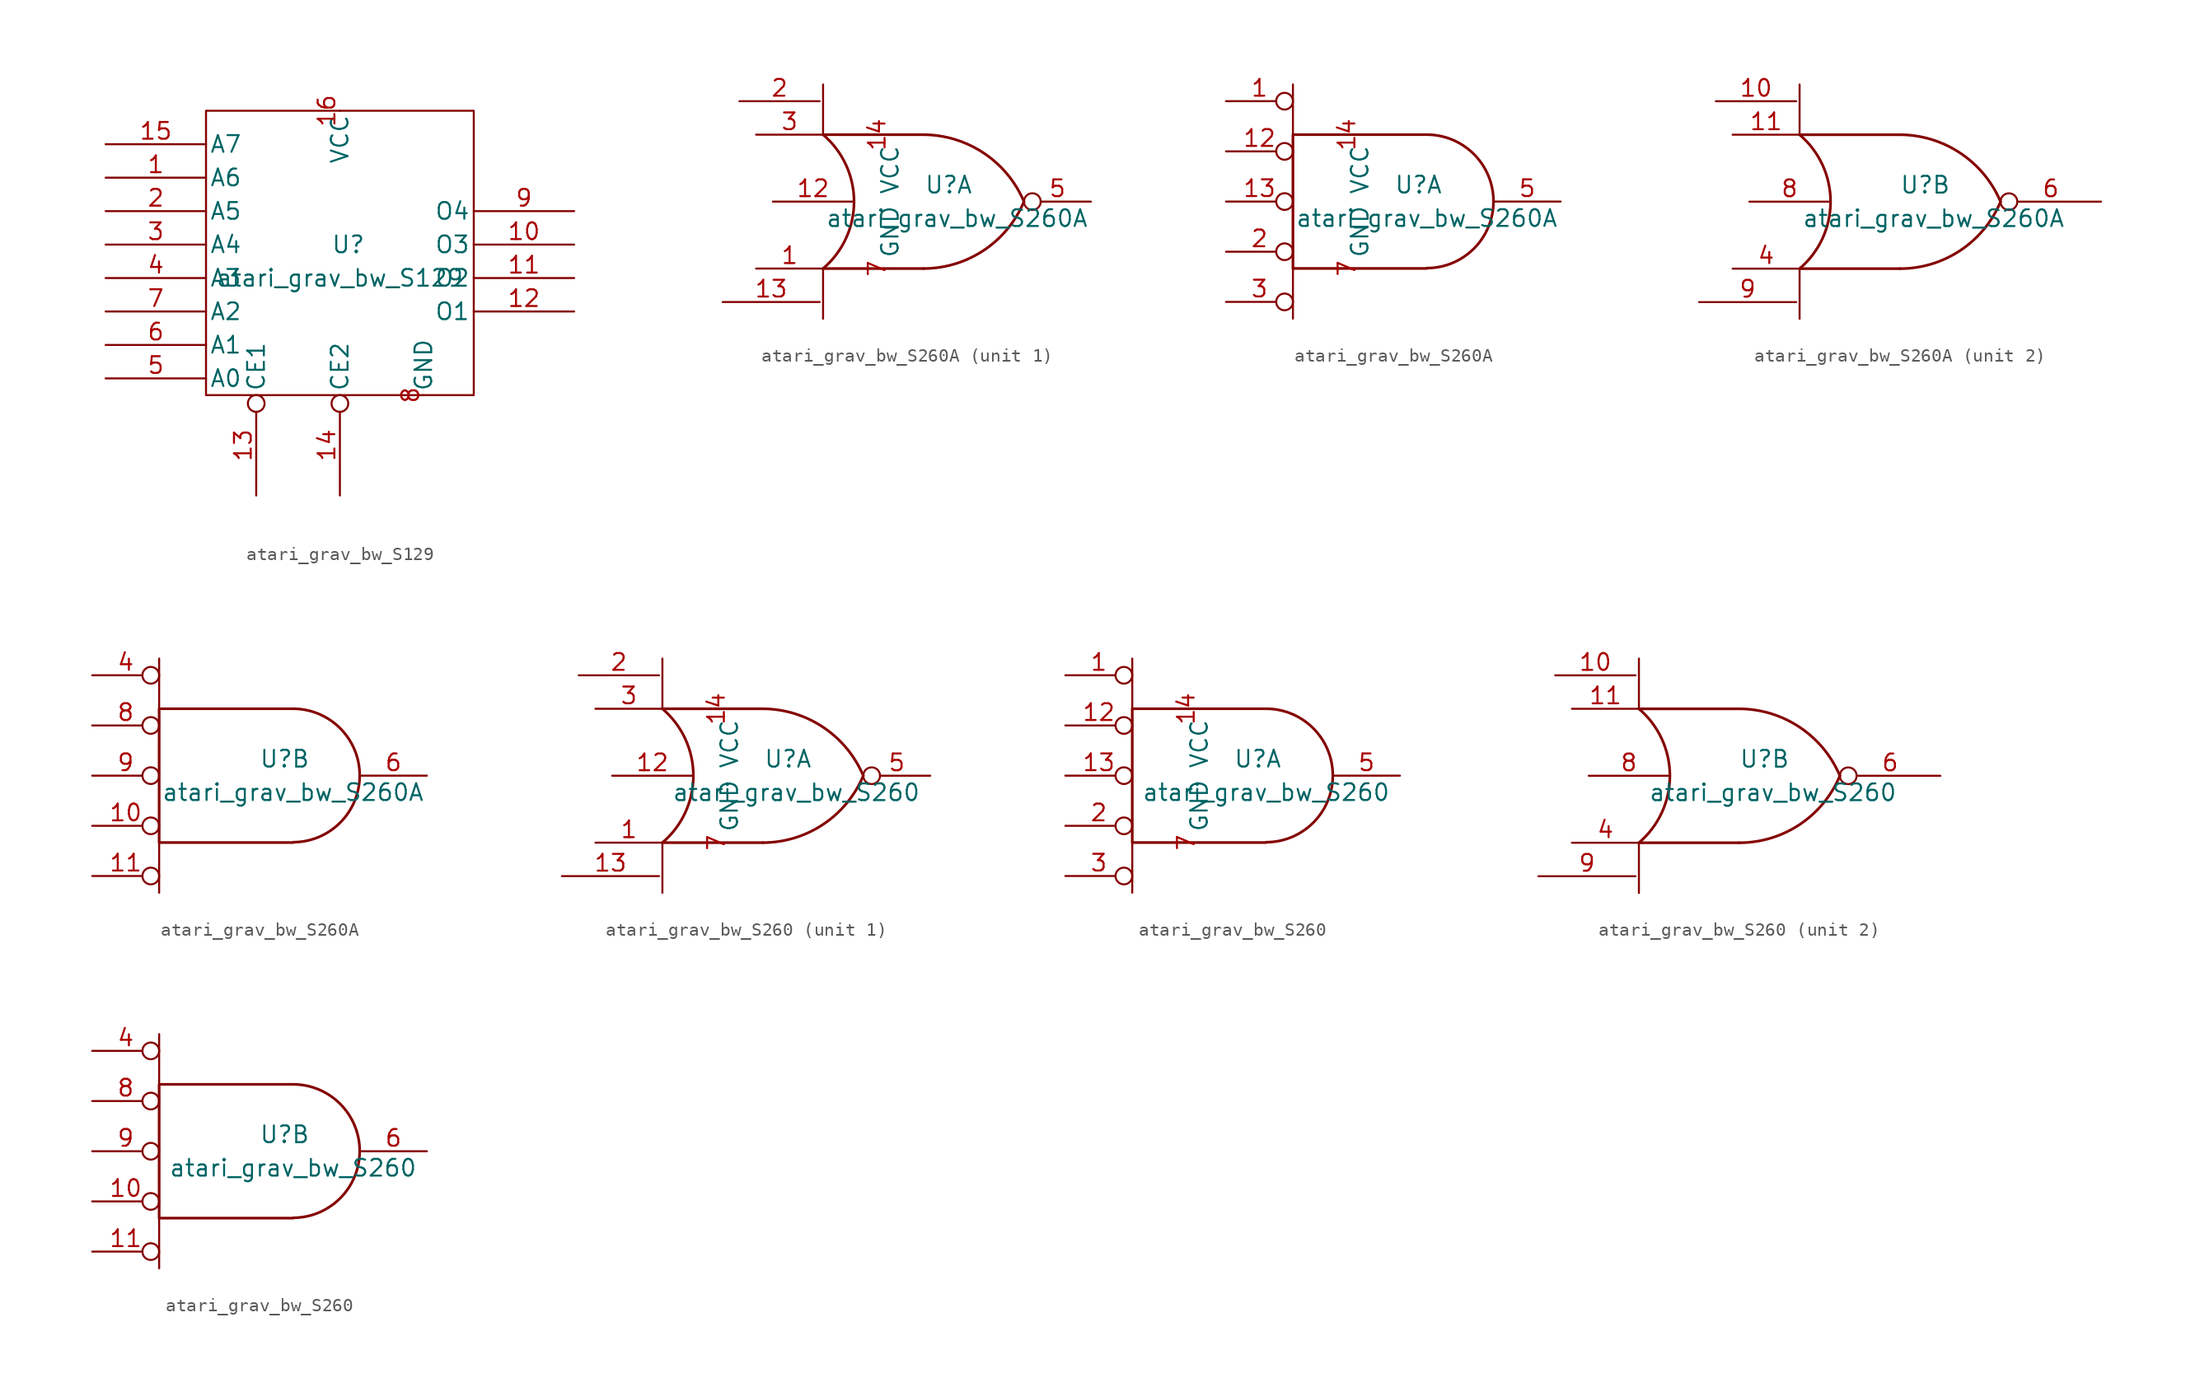
<source format=kicad_sym>
(kicad_symbol_lib
  (version 20211014)
  (generator kicad_symbol_editor)
  (symbol "atari_grav_bw_S129"
    (pin_names
      (offset 0.254))
    (property "Reference" "U"
      (at 0.635 1.27 0)
      (effects (font (size 1.27 1.27))))
    (property "Value" "atari_grav_bw_S129"
      (at 0 -1.27 0)
      (effects (font (size 1.27 1.27))))
    (symbol "atari_grav_bw_S129_0_0"
      (pin power_in line (at 6.35 -10.16 90) (length 0) (name "GND" (effects (font (size 1.27 1.27)))) (number "8" (effects (font (size 1.27 1.27))))))
    (symbol "atari_grav_bw_S129_0_1"
      (rectangle (start -10.16 11.43) (end 10.16 -10.16) (stroke (width 0) (type default) (color 0 0 0 0)) (fill (type none))))
    (symbol "atari_grav_bw_S129_1_0"
      (pin power_in line (at 0 11.43 270) (length 0) (name "VCC" (effects (font (size 1.27 1.27)))) (number "16" (effects (font (size 1.27 1.27))))))
    (symbol "atari_grav_bw_S129_1_1"
      (pin input line (at -17.78 6.35 0) (length 7.62) (name "A6" (effects (font (size 1.27 1.27)))) (number "1" (effects (font (size 1.27 1.27)))))
      (pin output line (at 17.78 1.27 180) (length 7.62) (name "O3" (effects (font (size 1.27 1.27)))) (number "10" (effects (font (size 1.27 1.27)))))
      (pin output line (at 17.78 -1.27 180) (length 7.62) (name "O2" (effects (font (size 1.27 1.27)))) (number "11" (effects (font (size 1.27 1.27)))))
      (pin output line (at 17.78 -3.81 180) (length 7.62) (name "O1" (effects (font (size 1.27 1.27)))) (number "12" (effects (font (size 1.27 1.27)))))
      (pin input inverted (at -6.35 -17.78 90) (length 7.62) (name "CE1" (effects (font (size 1.27 1.27)))) (number "13" (effects (font (size 1.27 1.27)))))
      (pin input inverted (at 0 -17.78 90) (length 7.62) (name "CE2" (effects (font (size 1.27 1.27)))) (number "14" (effects (font (size 1.27 1.27)))))
      (pin input line (at -17.78 8.89 0) (length 7.62) (name "A7" (effects (font (size 1.27 1.27)))) (number "15" (effects (font (size 1.27 1.27)))))
      (pin input line (at -17.78 3.81 0) (length 7.62) (name "A5" (effects (font (size 1.27 1.27)))) (number "2" (effects (font (size 1.27 1.27)))))
      (pin input line (at -17.78 1.27 0) (length 7.62) (name "A4" (effects (font (size 1.27 1.27)))) (number "3" (effects (font (size 1.27 1.27)))))
      (pin input line (at -17.78 -1.27 0) (length 7.62) (name "A3" (effects (font (size 1.27 1.27)))) (number "4" (effects (font (size 1.27 1.27)))))
      (pin input line (at -17.78 -8.89 0) (length 7.62) (name "A0" (effects (font (size 1.27 1.27)))) (number "5" (effects (font (size 1.27 1.27)))))
      (pin input line (at -17.78 -6.35 0) (length 7.62) (name "A1" (effects (font (size 1.27 1.27)))) (number "6" (effects (font (size 1.27 1.27)))))
      (pin input line (at -17.78 -3.81 0) (length 7.62) (name "A2" (effects (font (size 1.27 1.27)))) (number "7" (effects (font (size 1.27 1.27)))))
      (pin output line (at 17.78 3.81 180) (length 7.62) (name "O4" (effects (font (size 1.27 1.27)))) (number "9" (effects (font (size 1.27 1.27)))))))
  (symbol "atari_grav_bw_S260A"
    (pin_names
      (offset 0.762))
    (property "Reference" "U"
      (at 1.905 1.27 0)
      (effects (font (size 1.27 1.27))))
    (property "Value" "atari_grav_bw_S260A"
      (at 2.54 -1.27 0)
      (effects (font (size 1.27 1.27))))
    (symbol "atari_grav_bw_S260A_0_1"
      (arc (start -7.62 -5.08) (mid -5.2708 0) (end -7.62 5.08) (stroke (width 0.2032) (type default) (color 0 0 0 0)) (fill (type none)))
      (arc (start 0 -5.08) (mid 4.5812 -3.6906) (end 7.62 0) (stroke (width 0.2032) (type default) (color 0 0 0 0)) (fill (type none)))
      (polyline (pts (xy -7.62 -5.08) (xy -7.62 -8.89)) (stroke (width 0) (type default) (color 0 0 0 0)) (fill (type none)))
      (polyline (pts (xy -7.62 -5.08) (xy 0 -5.08)) (stroke (width 0.203) (type default) (color 0 0 0 0)) (fill (type none)))
      (polyline (pts (xy -7.62 5.08) (xy -7.62 8.89)) (stroke (width 0) (type default) (color 0 0 0 0)) (fill (type none)))
      (polyline (pts (xy -7.62 5.08) (xy 0 5.08)) (stroke (width 0.203) (type default) (color 0 0 0 0)) (fill (type none)))
      (arc (start 7.62 0) (mid 4.5727 3.6819) (end 0 5.08) (stroke (width 0.2032) (type default) (color 0 0 0 0)) (fill (type none))))
    (symbol "atari_grav_bw_S260A_0_2"
      (polyline (pts (xy -7.62 -5.08) (xy -7.62 -8.89)) (stroke (width 0) (type default) (color 0 0 0 0)) (fill (type none)))
      (polyline (pts (xy -7.62 5.08) (xy -7.62 8.89)) (stroke (width 0) (type default) (color 0 0 0 0)) (fill (type none)))
      (polyline (pts (xy 2.54 5.08) (xy -7.62 5.08) (xy -7.62 -5.08) (xy 2.54 -5.08)) (stroke (width 0.203) (type default) (color 0 0 0 0)) (fill (type none)))
      (arc (start 2.5654 -5.0546) (mid 7.5947 0.0001) (end 2.5654 5.08) (stroke (width 0.2032) (type default) (color 0 0 0 0)) (fill (type none))))
    (symbol "atari_grav_bw_S260A_1_0"
      (pin power_in line (at -2.54 5.08 270) (length 0) (name "VCC" (effects (font (size 1.27 1.27)))) (number "14" (effects (font (size 1.27 1.27)))))
      (pin power_in line (at -2.54 -5.08 90) (length 0) (name "GND" (effects (font (size 1.27 1.27)))) (number "7" (effects (font (size 1.27 1.27))))))
    (symbol "atari_grav_bw_S260A_1_1"
      (pin input line (at -12.7 -5.08 0) (length 5.08) (name "~" (effects (font (size 1.27 1.27)))) (number "1" (effects (font (size 1.27 1.27)))))
      (pin input line (at -11.43 0 0) (length 6.096) (name "~" (effects (font (size 1.27 1.27)))) (number "12" (effects (font (size 1.27 1.27)))))
      (pin input line (at -15.24 -7.62 0) (length 7.366) (name "~" (effects (font (size 1.27 1.27)))) (number "13" (effects (font (size 1.27 1.27)))))
      (pin input line (at -13.97 7.62 0) (length 6.096) (name "~" (effects (font (size 1.27 1.27)))) (number "2" (effects (font (size 1.27 1.27)))))
      (pin input line (at -12.7 5.08 0) (length 5.08) (name "~" (effects (font (size 1.27 1.27)))) (number "3" (effects (font (size 1.27 1.27)))))
      (pin output inverted (at 12.7 0 180) (length 5.08) (name "~" (effects (font (size 1.27 1.27)))) (number "5" (effects (font (size 1.27 1.27))))))
    (symbol "atari_grav_bw_S260A_1_2"
      (pin input inverted (at -12.7 7.62 0) (length 5.08) (name "~" (effects (font (size 1.27 1.27)))) (number "1" (effects (font (size 1.27 1.27)))))
      (pin input inverted (at -12.7 3.81 0) (length 5.08) (name "~" (effects (font (size 1.27 1.27)))) (number "12" (effects (font (size 1.27 1.27)))))
      (pin input inverted (at -12.7 0 0) (length 5.08) (name "~" (effects (font (size 1.27 1.27)))) (number "13" (effects (font (size 1.27 1.27)))))
      (pin input inverted (at -12.7 -3.81 0) (length 5.08) (name "~" (effects (font (size 1.27 1.27)))) (number "2" (effects (font (size 1.27 1.27)))))
      (pin input inverted (at -12.7 -7.62 0) (length 5.08) (name "~" (effects (font (size 1.27 1.27)))) (number "3" (effects (font (size 1.27 1.27)))))
      (pin output line (at 12.7 0 180) (length 5.08) (name "~" (effects (font (size 1.27 1.27)))) (number "5" (effects (font (size 1.27 1.27))))))
    (symbol "atari_grav_bw_S260A_2_1"
      (pin input line (at -13.97 7.62 0) (length 6.096) (name "~" (effects (font (size 1.27 1.27)))) (number "10" (effects (font (size 1.27 1.27)))))
      (pin input line (at -12.7 5.08 0) (length 5.08) (name "~" (effects (font (size 1.27 1.27)))) (number "11" (effects (font (size 1.27 1.27)))))
      (pin input line (at -12.7 -5.08 0) (length 5.08) (name "~" (effects (font (size 1.27 1.27)))) (number "4" (effects (font (size 1.27 1.27)))))
      (pin output inverted (at 15.24 0 180) (length 7.62) (name "~" (effects (font (size 1.27 1.27)))) (number "6" (effects (font (size 1.27 1.27)))))
      (pin input line (at -11.43 0 0) (length 6.096) (name "~" (effects (font (size 1.27 1.27)))) (number "8" (effects (font (size 1.27 1.27)))))
      (pin input line (at -15.24 -7.62 0) (length 7.366) (name "~" (effects (font (size 1.27 1.27)))) (number "9" (effects (font (size 1.27 1.27))))))
    (symbol "atari_grav_bw_S260A_2_2"
      (pin input inverted (at -12.7 -3.81 0) (length 5.08) (name "~" (effects (font (size 1.27 1.27)))) (number "10" (effects (font (size 1.27 1.27)))))
      (pin input inverted (at -12.7 -7.62 0) (length 5.08) (name "~" (effects (font (size 1.27 1.27)))) (number "11" (effects (font (size 1.27 1.27)))))
      (pin input inverted (at -12.7 7.62 0) (length 5.08) (name "~" (effects (font (size 1.27 1.27)))) (number "4" (effects (font (size 1.27 1.27)))))
      (pin output line (at 12.7 0 180) (length 5.08) (name "~" (effects (font (size 1.27 1.27)))) (number "6" (effects (font (size 1.27 1.27)))))
      (pin input inverted (at -12.7 3.81 0) (length 5.08) (name "~" (effects (font (size 1.27 1.27)))) (number "8" (effects (font (size 1.27 1.27)))))
      (pin input inverted (at -12.7 0 0) (length 5.08) (name "~" (effects (font (size 1.27 1.27)))) (number "9" (effects (font (size 1.27 1.27)))))))
  (symbol "atari_grav_bw_S260"
    (pin_names
      (offset 0.762))
    (property "Reference" "U"
      (at 1.905 1.27 0)
      (effects (font (size 1.27 1.27))))
    (property "Value" "atari_grav_bw_S260"
      (at 2.54 -1.27 0)
      (effects (font (size 1.27 1.27))))
    (symbol "atari_grav_bw_S260_0_1"
      (arc (start -7.62 -5.08) (mid -5.2708 0) (end -7.62 5.08) (stroke (width 0.2032) (type default) (color 0 0 0 0)) (fill (type none)))
      (arc (start 0 -5.08) (mid 4.5812 -3.6906) (end 7.62 0) (stroke (width 0.2032) (type default) (color 0 0 0 0)) (fill (type none)))
      (polyline (pts (xy -7.62 -5.08) (xy -7.62 -8.89)) (stroke (width 0) (type default) (color 0 0 0 0)) (fill (type none)))
      (polyline (pts (xy -7.62 -5.08) (xy 0 -5.08)) (stroke (width 0.203) (type default) (color 0 0 0 0)) (fill (type none)))
      (polyline (pts (xy -7.62 5.08) (xy -7.62 8.89)) (stroke (width 0) (type default) (color 0 0 0 0)) (fill (type none)))
      (polyline (pts (xy -7.62 5.08) (xy 0 5.08)) (stroke (width 0.203) (type default) (color 0 0 0 0)) (fill (type none)))
      (arc (start 7.62 0) (mid 4.5727 3.6819) (end 0 5.08) (stroke (width 0.2032) (type default) (color 0 0 0 0)) (fill (type none))))
    (symbol "atari_grav_bw_S260_0_2"
      (polyline (pts (xy -7.62 -5.08) (xy -7.62 -8.89)) (stroke (width 0) (type default) (color 0 0 0 0)) (fill (type none)))
      (polyline (pts (xy -7.62 5.08) (xy -7.62 8.89)) (stroke (width 0) (type default) (color 0 0 0 0)) (fill (type none)))
      (polyline (pts (xy 2.54 5.08) (xy -7.62 5.08) (xy -7.62 -5.08) (xy 2.54 -5.08)) (stroke (width 0.203) (type default) (color 0 0 0 0)) (fill (type none)))
      (arc (start 2.5654 -5.0546) (mid 7.5947 0.0001) (end 2.5654 5.08) (stroke (width 0.2032) (type default) (color 0 0 0 0)) (fill (type none))))
    (symbol "atari_grav_bw_S260_1_0"
      (pin power_in line (at -2.54 5.08 270) (length 0) (name "VCC" (effects (font (size 1.27 1.27)))) (number "14" (effects (font (size 1.27 1.27)))))
      (pin power_in line (at -2.54 -5.08 90) (length 0) (name "GND" (effects (font (size 1.27 1.27)))) (number "7" (effects (font (size 1.27 1.27))))))
    (symbol "atari_grav_bw_S260_1_1"
      (pin input line (at -12.7 -5.08 0) (length 5.08) (name "~" (effects (font (size 1.27 1.27)))) (number "1" (effects (font (size 1.27 1.27)))))
      (pin input line (at -11.43 0 0) (length 6.096) (name "~" (effects (font (size 1.27 1.27)))) (number "12" (effects (font (size 1.27 1.27)))))
      (pin input line (at -15.24 -7.62 0) (length 7.366) (name "~" (effects (font (size 1.27 1.27)))) (number "13" (effects (font (size 1.27 1.27)))))
      (pin input line (at -13.97 7.62 0) (length 6.096) (name "~" (effects (font (size 1.27 1.27)))) (number "2" (effects (font (size 1.27 1.27)))))
      (pin input line (at -12.7 5.08 0) (length 5.08) (name "~" (effects (font (size 1.27 1.27)))) (number "3" (effects (font (size 1.27 1.27)))))
      (pin output inverted (at 12.7 0 180) (length 5.08) (name "~" (effects (font (size 1.27 1.27)))) (number "5" (effects (font (size 1.27 1.27))))))
    (symbol "atari_grav_bw_S260_1_2"
      (pin input inverted (at -12.7 7.62 0) (length 5.08) (name "~" (effects (font (size 1.27 1.27)))) (number "1" (effects (font (size 1.27 1.27)))))
      (pin input inverted (at -12.7 3.81 0) (length 5.08) (name "~" (effects (font (size 1.27 1.27)))) (number "12" (effects (font (size 1.27 1.27)))))
      (pin input inverted (at -12.7 0 0) (length 5.08) (name "~" (effects (font (size 1.27 1.27)))) (number "13" (effects (font (size 1.27 1.27)))))
      (pin input inverted (at -12.7 -3.81 0) (length 5.08) (name "~" (effects (font (size 1.27 1.27)))) (number "2" (effects (font (size 1.27 1.27)))))
      (pin input inverted (at -12.7 -7.62 0) (length 5.08) (name "~" (effects (font (size 1.27 1.27)))) (number "3" (effects (font (size 1.27 1.27)))))
      (pin output line (at 12.7 0 180) (length 5.08) (name "~" (effects (font (size 1.27 1.27)))) (number "5" (effects (font (size 1.27 1.27))))))
    (symbol "atari_grav_bw_S260_2_1"
      (pin input line (at -13.97 7.62 0) (length 6.096) (name "~" (effects (font (size 1.27 1.27)))) (number "10" (effects (font (size 1.27 1.27)))))
      (pin input line (at -12.7 5.08 0) (length 5.08) (name "~" (effects (font (size 1.27 1.27)))) (number "11" (effects (font (size 1.27 1.27)))))
      (pin input line (at -12.7 -5.08 0) (length 5.08) (name "~" (effects (font (size 1.27 1.27)))) (number "4" (effects (font (size 1.27 1.27)))))
      (pin output inverted (at 15.24 0 180) (length 7.62) (name "~" (effects (font (size 1.27 1.27)))) (number "6" (effects (font (size 1.27 1.27)))))
      (pin input line (at -11.43 0 0) (length 6.096) (name "~" (effects (font (size 1.27 1.27)))) (number "8" (effects (font (size 1.27 1.27)))))
      (pin input line (at -15.24 -7.62 0) (length 7.366) (name "~" (effects (font (size 1.27 1.27)))) (number "9" (effects (font (size 1.27 1.27))))))
    (symbol "atari_grav_bw_S260_2_2"
      (pin input inverted (at -12.7 -3.81 0) (length 5.08) (name "~" (effects (font (size 1.27 1.27)))) (number "10" (effects (font (size 1.27 1.27)))))
      (pin input inverted (at -12.7 -7.62 0) (length 5.08) (name "~" (effects (font (size 1.27 1.27)))) (number "11" (effects (font (size 1.27 1.27)))))
      (pin input inverted (at -12.7 7.62 0) (length 5.08) (name "~" (effects (font (size 1.27 1.27)))) (number "4" (effects (font (size 1.27 1.27)))))
      (pin output line (at 12.7 0 180) (length 5.08) (name "~" (effects (font (size 1.27 1.27)))) (number "6" (effects (font (size 1.27 1.27)))))
      (pin input inverted (at -12.7 3.81 0) (length 5.08) (name "~" (effects (font (size 1.27 1.27)))) (number "8" (effects (font (size 1.27 1.27)))))
      (pin input inverted (at -12.7 0 0) (length 5.08) (name "~" (effects (font (size 1.27 1.27)))) (number "9" (effects (font (size 1.27 1.27))))))))
</source>
